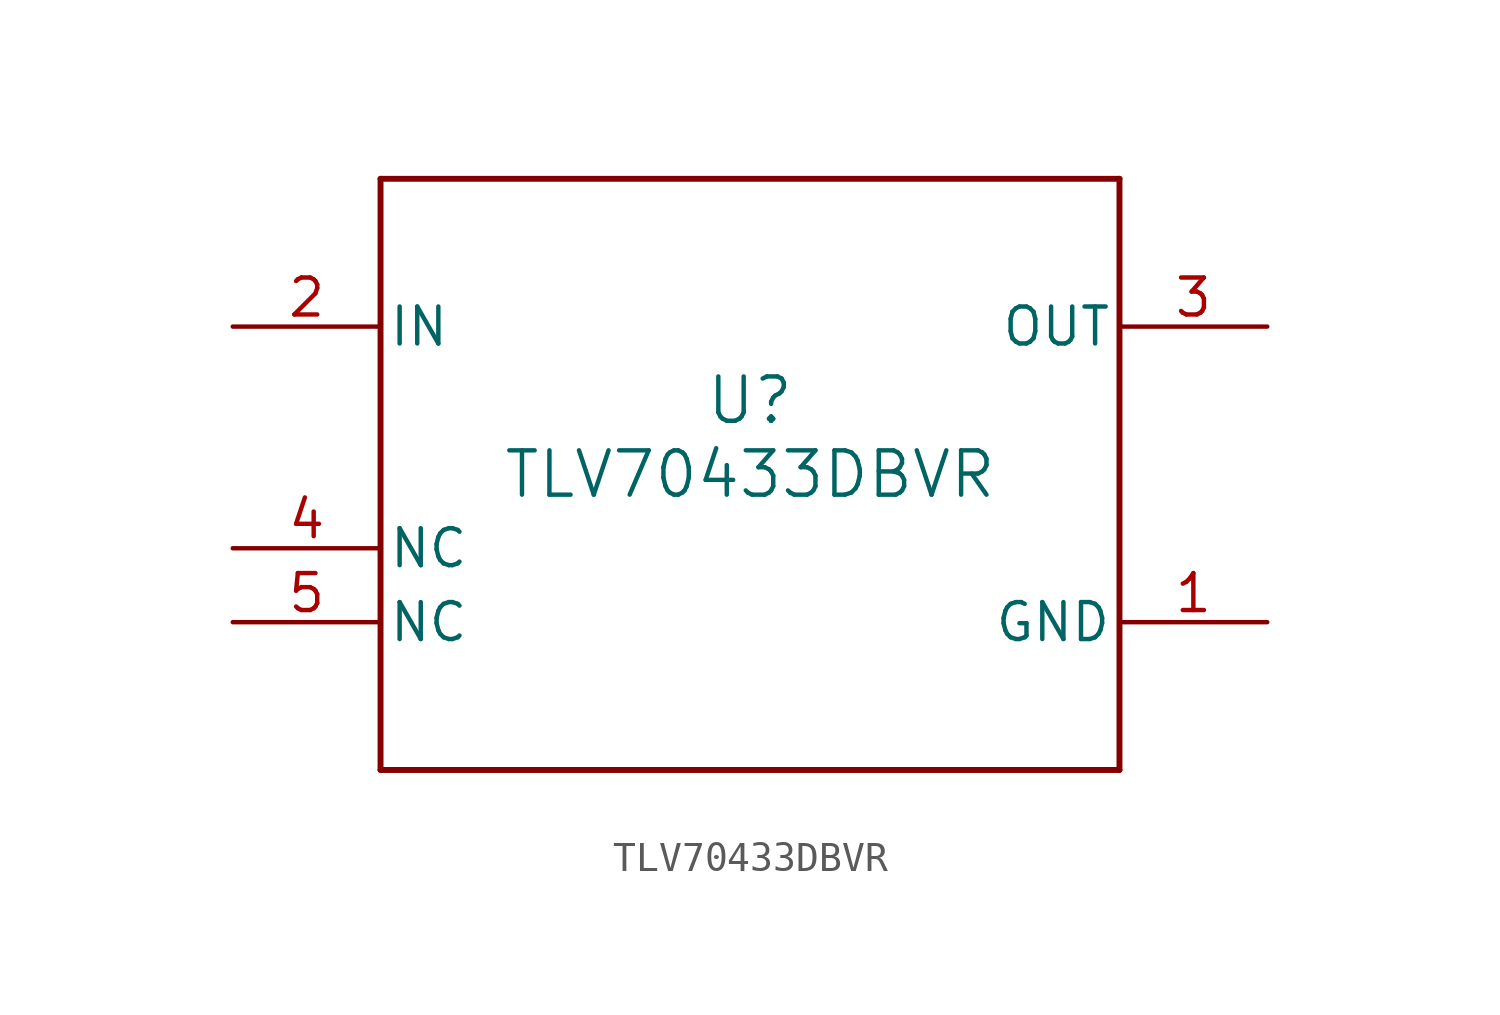
<source format=kicad_sym>
(kicad_symbol_lib
  (version 20211014)
  (generator kicad_symbol_editor)
  (symbol "TLV70433DBVR"
    (pin_names
      (offset 0.254))
    (property "Reference" "U"
      (at 0 2.54 0)
      (effects (font (size 1.524 1.524))))
    (property "Value" "TLV70433DBVR"
      (at 0 0 0)
      (effects (font (size 1.524 1.524))))
    (symbol "TLV70433DBVR_0_1"
      (polyline (pts (xy -12.7 -10.16) (xy 12.7 -10.16)) (stroke (width 0.203) (type default) (color 0 0 0 0)) (fill (type none)))
      (polyline (pts (xy 12.7 -10.16) (xy 12.7 10.16)) (stroke (width 0.203) (type default) (color 0 0 0 0)) (fill (type none)))
      (polyline (pts (xy 12.7 10.16) (xy -12.7 10.16)) (stroke (width 0.203) (type default) (color 0 0 0 0)) (fill (type none)))
      (polyline (pts (xy -12.7 10.16) (xy -12.7 -10.16)) (stroke (width 0.203) (type default) (color 0 0 0 0)) (fill (type none)))
      (pin power_in line (at 17.78 -5.08 180) (length 5.08) (name "GND" (effects (font (size 1.27 1.27)))) (number "1" (effects (font (size 1.27 1.27)))))
      (pin power_in line (at -17.78 5.08 0) (length 5.08) (name "IN" (effects (font (size 1.27 1.27)))) (number "2" (effects (font (size 1.27 1.27)))))
      (pin power_in line (at 17.78 5.08 180) (length 5.08) (name "OUT" (effects (font (size 1.27 1.27)))) (number "3" (effects (font (size 1.27 1.27)))))
      (pin unspecified line (at -17.78 -2.54 0) (length 5.08) (name "NC" (effects (font (size 1.27 1.27)))) (number "4" (effects (font (size 1.27 1.27)))))
      (pin unspecified line (at -17.78 -5.08 0) (length 5.08) (name "NC" (effects (font (size 1.27 1.27)))) (number "5" (effects (font (size 1.27 1.27))))))))
</source>
